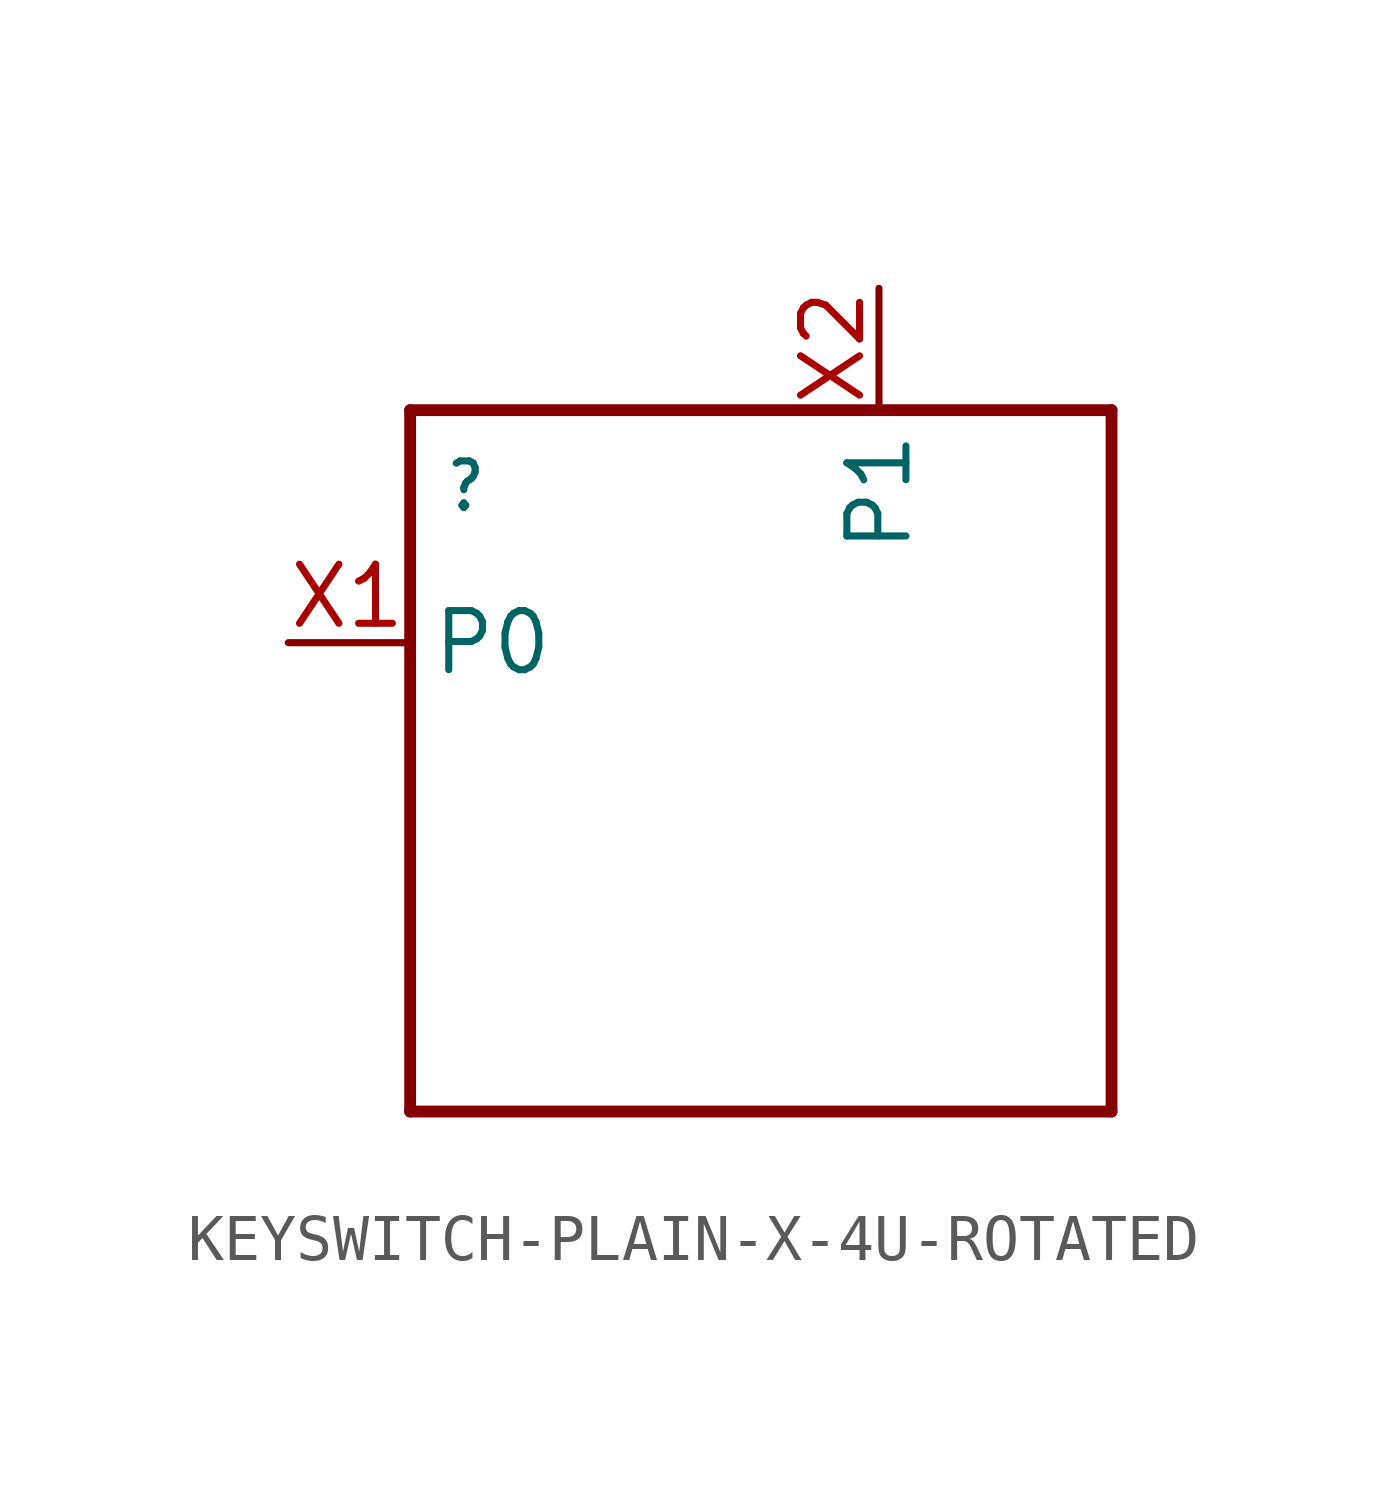
<source format=kicad_sym>
(kicad_symbol_lib
  (version 20211014)
  (generator kicad_symbol_editor)
  (symbol "KEYSWITCH-PLAIN-X-4U-ROTATED"
    (property "Reference" ""
      (at -6.81 5.318 0)
      (effects (font (size 1 0.85)) (justify left bottom)))
    (property "ki_locked" ""
      (at 0 0 0)
      (effects (font (size 1.27 1.27))))
    (symbol "KEYSWITCH-PLAIN-X-4U-ROTATED_1_0"
      (polyline (pts (xy -7.54 -7.54) (xy -7.54 7.54)) (stroke (width 0.254) (type default) (color 0 0 0 0)) (fill (type none)))
      (polyline (pts (xy -7.54 7.54) (xy 7.54 7.54)) (stroke (width 0.254) (type default) (color 0 0 0 0)) (fill (type none)))
      (polyline (pts (xy 7.54 -7.54) (xy -7.54 -7.54)) (stroke (width 0.254) (type default) (color 0 0 0 0)) (fill (type none)))
      (polyline (pts (xy 7.54 7.54) (xy 7.54 -7.54)) (stroke (width 0.254) (type default) (color 0 0 0 0)) (fill (type none)))
      (pin bidirectional line (at -10.16 2.54 0) (length 2.54) (name "P0" (effects (font (size 1.27 1.27)))) (number "X1" (effects (font (size 1.27 1.27)))))
      (pin bidirectional line (at 2.54 10.16 270) (length 2.54) (name "P1" (effects (font (size 1.27 1.27)))) (number "X2" (effects (font (size 1.27 1.27))))))))
</source>
